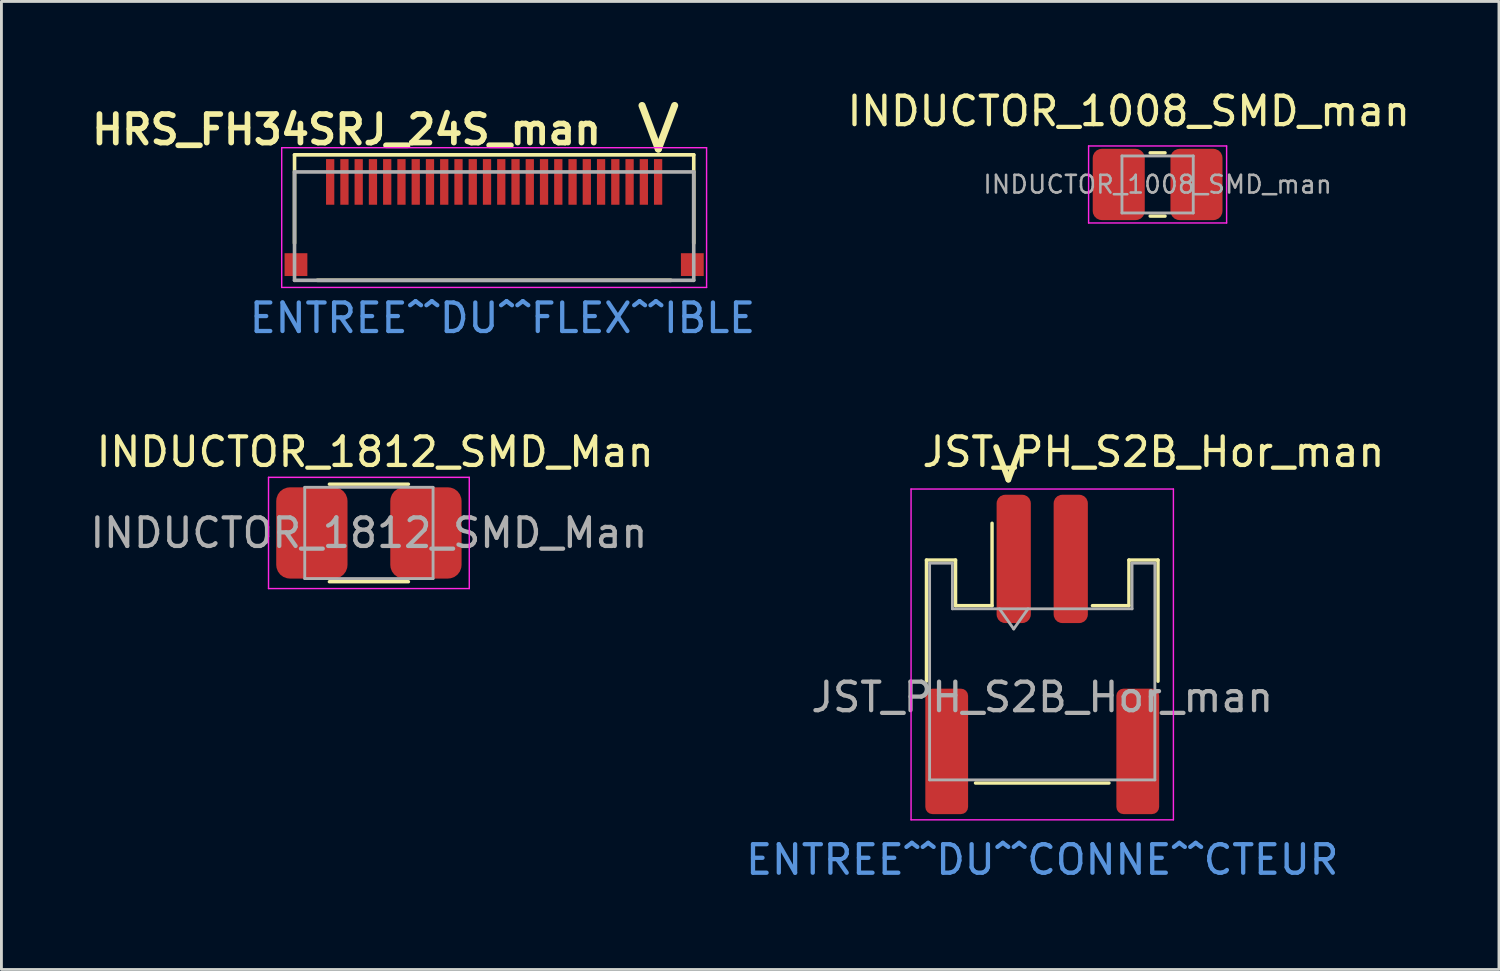
<source format=kicad_pcb>
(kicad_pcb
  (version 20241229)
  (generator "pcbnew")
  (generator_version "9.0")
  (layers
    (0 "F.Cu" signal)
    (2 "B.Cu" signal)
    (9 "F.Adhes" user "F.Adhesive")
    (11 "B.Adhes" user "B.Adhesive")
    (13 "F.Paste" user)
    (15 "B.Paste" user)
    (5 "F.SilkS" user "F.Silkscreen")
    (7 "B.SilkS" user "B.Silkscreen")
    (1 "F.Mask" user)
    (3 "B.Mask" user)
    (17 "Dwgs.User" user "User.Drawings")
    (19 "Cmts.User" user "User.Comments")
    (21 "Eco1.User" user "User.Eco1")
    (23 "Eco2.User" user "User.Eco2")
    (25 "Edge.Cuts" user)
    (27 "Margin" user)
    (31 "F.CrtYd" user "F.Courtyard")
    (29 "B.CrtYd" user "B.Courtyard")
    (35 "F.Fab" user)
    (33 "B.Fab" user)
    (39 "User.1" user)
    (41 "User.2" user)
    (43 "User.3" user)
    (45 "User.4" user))
  (footprint "HRS_FH34SRJ_24S_man"
    (layer "F.Cu")
    (at 14.279 4.88)
    (property "Reference" "HRS_FH34SRJ_24S_man" (at -5.174 -3.383 0) (layer "F.SilkS") (effects (font (size 1 1) (thickness 0.2))))
    (attr through_hole)
    (fp_line (start -7 -2.5) (end 7 -2.5) (stroke (width 0.127) (type solid)) (layer "F.SilkS"))
    (fp_line (start -7 0.6) (end -7 -2.5) (stroke (width 0.127) (type solid)) (layer "F.SilkS"))
    (fp_line (start -6.2 1.9) (end 6.2 1.9) (stroke (width 0.127) (type solid)) (layer "F.SilkS"))
    (fp_line (start 7 -2.5) (end 7 0.6) (stroke (width 0.127) (type solid)) (layer "F.SilkS"))
    (fp_line (start -7.45 -2.75) (end 7.45 -2.75) (stroke (width 0.05) (type solid)) (layer "F.CrtYd"))
    (fp_line (start -7.45 2.15) (end -7.45 -2.75) (stroke (width 0.05) (type solid)) (layer "F.CrtYd"))
    (fp_line (start 7.45 -2.75) (end 7.45 2.15) (stroke (width 0.05) (type solid)) (layer "F.CrtYd"))
    (fp_line (start 7.45 2.15) (end -7.45 2.15) (stroke (width 0.05) (type solid)) (layer "F.CrtYd"))
    (fp_line (start -7 -1.9) (end 7 -1.9) (stroke (width 0.127) (type solid)) (layer "F.Fab"))
    (fp_line (start -7 1.9) (end -7 -1.9) (stroke (width 0.127) (type solid)) (layer "F.Fab"))
    (fp_line (start 7 -1.9) (end 7 1.9) (stroke (width 0.127) (type solid)) (layer "F.Fab"))
    (fp_line (start 7 1.9) (end -7 1.9) (stroke (width 0.127) (type solid)) (layer "F.Fab"))
    (fp_text user "<" (at 5.608 -3.467 90) (unlocked yes) (layer "F.SilkS") (effects (font (size 2 2) (thickness 0.25))))
    (fp_text user "ENTREE^^DU^^FLEX^^IBLE" (at 0.292 3.223 0) (layer "Cmts.User") (effects (font (size 1 1) (thickness 0.15))))
    (pad "1" smd rect (at 5.75 -1.55 90) (size 1.6 0.29) (layers "F.Cu" "F.Mask"))
    (pad "2" smd rect (at 5.25 -1.55 90) (size 1.6 0.29) (layers "F.Cu" "F.Mask"))
    (pad "3" smd rect (at 4.75 -1.55 90) (size 1.6 0.29) (layers "F.Cu" "F.Mask"))
    (pad "4" smd rect (at 4.25 -1.55 90) (size 1.6 0.29) (layers "F.Cu" "F.Mask"))
    (pad "5" smd rect (at 3.75 -1.55 90) (size 1.6 0.29) (layers "F.Cu" "F.Mask"))
    (pad "6" smd rect (at 3.25 -1.55 90) (size 1.6 0.29) (layers "F.Cu" "F.Mask"))
    (pad "7" smd rect (at 2.75 -1.55 90) (size 1.6 0.29) (layers "F.Cu" "F.Mask"))
    (pad "8" smd rect (at 2.25 -1.55 90) (size 1.6 0.29) (layers "F.Cu" "F.Mask"))
    (pad "9" smd rect (at 1.75 -1.55 90) (size 1.6 0.29) (layers "F.Cu" "F.Mask"))
    (pad "10" smd rect (at 1.25 -1.55 90) (size 1.6 0.29) (layers "F.Cu" "F.Mask"))
    (pad "11" smd rect (at 0.75 -1.55 90) (size 1.6 0.29) (layers "F.Cu" "F.Mask"))
    (pad "12" smd rect (at 0.25 -1.55 90) (size 1.6 0.29) (layers "F.Cu" "F.Mask"))
    (pad "13" smd rect (at -0.25 -1.55 90) (size 1.6 0.29) (layers "F.Cu" "F.Mask"))
    (pad "14" smd rect (at -0.75 -1.55 90) (size 1.6 0.29) (layers "F.Cu" "F.Mask"))
    (pad "15" smd rect (at -1.25 -1.55 90) (size 1.6 0.29) (layers "F.Cu" "F.Mask"))
    (pad "16" smd rect (at -1.75 -1.55 90) (size 1.6 0.29) (layers "F.Cu" "F.Mask"))
    (pad "17" smd rect (at -2.25 -1.55 90) (size 1.6 0.29) (layers "F.Cu" "F.Mask"))
    (pad "18" smd rect (at -2.75 -1.55 90) (size 1.6 0.29) (layers "F.Cu" "F.Mask"))
    (pad "19" smd rect (at -3.25 -1.55 90) (size 1.6 0.29) (layers "F.Cu" "F.Mask"))
    (pad "20" smd rect (at -3.75 -1.55 90) (size 1.6 0.29) (layers "F.Cu" "F.Mask"))
    (pad "21" smd rect (at -4.25 -1.55 90) (size 1.6 0.29) (layers "F.Cu" "F.Mask"))
    (pad "22" smd rect (at -4.75 -1.55 90) (size 1.6 0.29) (layers "F.Cu" "F.Mask"))
    (pad "23" smd rect (at -5.25 -1.55 90) (size 1.6 0.29) (layers "F.Cu" "F.Mask"))
    (pad "24" smd rect (at -5.75 -1.55 90) (size 1.6 0.29) (layers "F.Cu" "F.Mask"))
    (pad "S1" smd rect (at -6.95 1.35 90) (size 0.8 0.8) (layers "F.Cu" "F.Mask"))
    (pad "S2" smd rect (at 6.95 1.35 90) (size 0.8 0.8) (layers "F.Cu" "F.Mask")))
  (footprint "INDUCTOR_1008_SMD_man"
    (layer "F.Cu")
    (at 37.546 3.419)
    (property "Reference" "INDUCTOR_1008_SMD_man" (at -1.011 -2.57 0) (layer "F.SilkS") (effects (font (size 1 1) (thickness 0.15))))
    (attr smd)
    (fp_line (start -0.261 -1.11) (end 0.261 -1.11) (stroke (width 0.12) (type solid)) (layer "F.SilkS"))
    (fp_line (start -0.261 1.11) (end 0.261 1.11) (stroke (width 0.12) (type solid)) (layer "F.SilkS"))
    (fp_line (start -2.42 -1.35) (end 2.42 -1.35) (stroke (width 0.05) (type solid)) (layer "F.CrtYd"))
    (fp_line (start -2.42 1.35) (end -2.42 -1.35) (stroke (width 0.05) (type solid)) (layer "F.CrtYd"))
    (fp_line (start 2.42 -1.35) (end 2.42 1.35) (stroke (width 0.05) (type solid)) (layer "F.CrtYd"))
    (fp_line (start 2.42 1.35) (end -2.42 1.35) (stroke (width 0.05) (type solid)) (layer "F.CrtYd"))
    (fp_line (start -1.25 -1) (end 1.25 -1) (stroke (width 0.1) (type solid)) (layer "F.Fab"))
    (fp_line (start -1.25 1) (end -1.25 -1) (stroke (width 0.1) (type solid)) (layer "F.Fab"))
    (fp_line (start 1.25 -1) (end 1.25 1) (stroke (width 0.1) (type solid)) (layer "F.Fab"))
    (fp_line (start 1.25 1) (end -1.25 1) (stroke (width 0.1) (type solid)) (layer "F.Fab"))
    (fp_text user "${REFERENCE}" (at 0 0 0) (layer "F.Fab") (effects (font (size 0.62 0.62) (thickness 0.09))))
    (pad "1" smd roundrect (at -1.363 0) (size 1.825 2.5) (layers "F.Cu" "F.Mask" "F.Paste") (roundrect_rratio 0.175))
    (pad "2" smd roundrect (at 1.363 0) (size 1.825 2.5) (layers "F.Cu" "F.Mask" "F.Paste") (roundrect_rratio 0.175)))
  (footprint "JST_PH_S2B_Hor_man"
    (layer "F.Cu")
    (at 33.5 19.9)
    (property "Reference" "JST_PH_S2B_Hor_man" (at 3.9 -7.1 0) (layer "F.SilkS") (effects (font (size 1 1) (thickness 0.15))))
    (attr smd)
    (fp_line (start -4.06 -3.31) (end -3.04 -3.31) (stroke (width 0.12) (type solid)) (layer "F.SilkS"))
    (fp_line (start -4.06 0.94) (end -4.06 -3.31) (stroke (width 0.12) (type solid)) (layer "F.SilkS"))
    (fp_line (start -3.04 -3.31) (end -3.04 -1.71) (stroke (width 0.12) (type solid)) (layer "F.SilkS"))
    (fp_line (start -3.04 -1.71) (end -1.76 -1.71) (stroke (width 0.12) (type solid)) (layer "F.SilkS"))
    (fp_line (start -2.34 4.51) (end 2.34 4.51) (stroke (width 0.12) (type solid)) (layer "F.SilkS"))
    (fp_line (start -1.76 -1.71) (end -1.76 -4.6) (stroke (width 0.12) (type solid)) (layer "F.SilkS"))
    (fp_line (start 3.04 -3.31) (end 3.04 -1.71) (stroke (width 0.12) (type solid)) (layer "F.SilkS"))
    (fp_line (start 3.04 -1.71) (end 1.76 -1.71) (stroke (width 0.12) (type solid)) (layer "F.SilkS"))
    (fp_line (start 4.06 -3.31) (end 3.04 -3.31) (stroke (width 0.12) (type solid)) (layer "F.SilkS"))
    (fp_line (start 4.06 0.94) (end 4.06 -3.31) (stroke (width 0.12) (type solid)) (layer "F.SilkS"))
    (fp_line (start -4.6 -5.8) (end -4.6 5.8) (stroke (width 0.05) (type solid)) (layer "F.CrtYd"))
    (fp_line (start -4.6 5.8) (end 4.6 5.8) (stroke (width 0.05) (type solid)) (layer "F.CrtYd"))
    (fp_line (start 4.6 -5.8) (end -4.6 -5.8) (stroke (width 0.05) (type solid)) (layer "F.CrtYd"))
    (fp_line (start 4.6 5.8) (end 4.6 -5.8) (stroke (width 0.05) (type solid)) (layer "F.CrtYd"))
    (fp_line (start -3.95 -3.2) (end -3.95 4.4) (stroke (width 0.1) (type solid)) (layer "F.Fab"))
    (fp_line (start -3.95 -3.2) (end -3.15 -3.2) (stroke (width 0.1) (type solid)) (layer "F.Fab"))
    (fp_line (start -3.95 4.4) (end 3.95 4.4) (stroke (width 0.1) (type solid)) (layer "F.Fab"))
    (fp_line (start -3.15 -3.2) (end -3.15 -1.6) (stroke (width 0.1) (type solid)) (layer "F.Fab"))
    (fp_line (start -3.15 -1.6) (end 3.15 -1.6) (stroke (width 0.1) (type solid)) (layer "F.Fab"))
    (fp_line (start -1.5 -1.6) (end -1 -0.893) (stroke (width 0.1) (type solid)) (layer "F.Fab"))
    (fp_line (start -1 -0.893) (end -0.5 -1.6) (stroke (width 0.1) (type solid)) (layer "F.Fab"))
    (fp_line (start 3.15 -3.2) (end 3.95 -3.2) (stroke (width 0.1) (type solid)) (layer "F.Fab"))
    (fp_line (start 3.15 -1.6) (end 3.15 -3.2) (stroke (width 0.1) (type solid)) (layer "F.Fab"))
    (fp_line (start 3.95 -3.2) (end 3.95 4.4) (stroke (width 0.1) (type solid)) (layer "F.Fab"))
    (fp_text user "<" (at -1.3 -6.7 90) (unlocked yes) (layer "F.SilkS") (effects (font (size 1.5 1.5) (thickness 0.2))))
    (fp_text user "ENTREE^^DU^^CONNE^^CTEUR" (at 0 7.2 0) (layer "Cmts.User") (effects (font (size 1 1) (thickness 0.15))))
    (fp_text user "${REFERENCE}" (at 0 1.5 0) (layer "F.Fab") (effects (font (size 1 1) (thickness 0.15))))
    (pad "1" smd roundrect (at -1 -3.35) (size 1.2 4.5) (layers "F.Cu" "F.Mask" "F.Paste") (roundrect_rratio 0.25))
    (pad "2" smd roundrect (at 1 -3.35) (size 1.2 4.5) (layers "F.Cu" "F.Mask" "F.Paste") (roundrect_rratio 0.25))
    (pad "MP" smd roundrect (at -3.35 3.4) (size 1.5 4.4) (layers "F.Cu" "F.Mask" "F.Paste") (roundrect_rratio 0.167))
    (pad "MP" smd roundrect (at 3.35 3.4) (size 1.5 4.4) (layers "F.Cu" "F.Mask" "F.Paste") (roundrect_rratio 0.167)))
  (footprint "INDUCTOR_1812_SMD_Man"
    (layer "F.Cu")
    (at 9.887 15.64)
    (property "Reference" "INDUCTOR_1812_SMD_Man" (at 0.22 -2.84 0) (unlocked yes) (layer "F.SilkS") (effects (font (size 1 1) (thickness 0.15))))
    (attr smd)
    (fp_line (start -1.386 -1.71) (end 1.386 -1.71) (stroke (width 0.12) (type solid)) (layer "F.SilkS"))
    (fp_line (start -1.386 1.71) (end 1.386 1.71) (stroke (width 0.12) (type solid)) (layer "F.SilkS"))
    (fp_line (start -3.52 -1.95) (end 3.52 -1.95) (stroke (width 0.05) (type solid)) (layer "F.CrtYd"))
    (fp_line (start -3.52 1.95) (end -3.52 -1.95) (stroke (width 0.05) (type solid)) (layer "F.CrtYd"))
    (fp_line (start 3.52 -1.95) (end 3.52 1.95) (stroke (width 0.05) (type solid)) (layer "F.CrtYd"))
    (fp_line (start 3.52 1.95) (end -3.52 1.95) (stroke (width 0.05) (type solid)) (layer "F.CrtYd"))
    (fp_line (start -2.25 -1.6) (end 2.25 -1.6) (stroke (width 0.1) (type solid)) (layer "F.Fab"))
    (fp_line (start -2.25 1.6) (end -2.25 -1.6) (stroke (width 0.1) (type solid)) (layer "F.Fab"))
    (fp_line (start 2.25 -1.6) (end 2.25 1.6) (stroke (width 0.1) (type solid)) (layer "F.Fab"))
    (fp_line (start 2.25 1.6) (end -2.25 1.6) (stroke (width 0.1) (type solid)) (layer "F.Fab"))
    (fp_text user "${REFERENCE}" (at 0 0 0) (layer "F.Fab") (effects (font (size 1 1) (thickness 0.15))))
    (pad "1" smd roundrect (at -2 0) (size 2.5 3.2) (layers "F.Cu" "F.Mask" "F.Paste") (roundrect_rratio 0.192))
    (pad "2" smd roundrect (at 2 0) (size 2.5 3.2) (layers "F.Cu" "F.Mask" "F.Paste") (roundrect_rratio 0.192)))
  (gr_rect
    (start -3 -3)
    (end 49.517 30.948)
    (stroke (width 0.1) (type default))
    (fill no)
    (layer "Edge.Cuts")))
</source>
